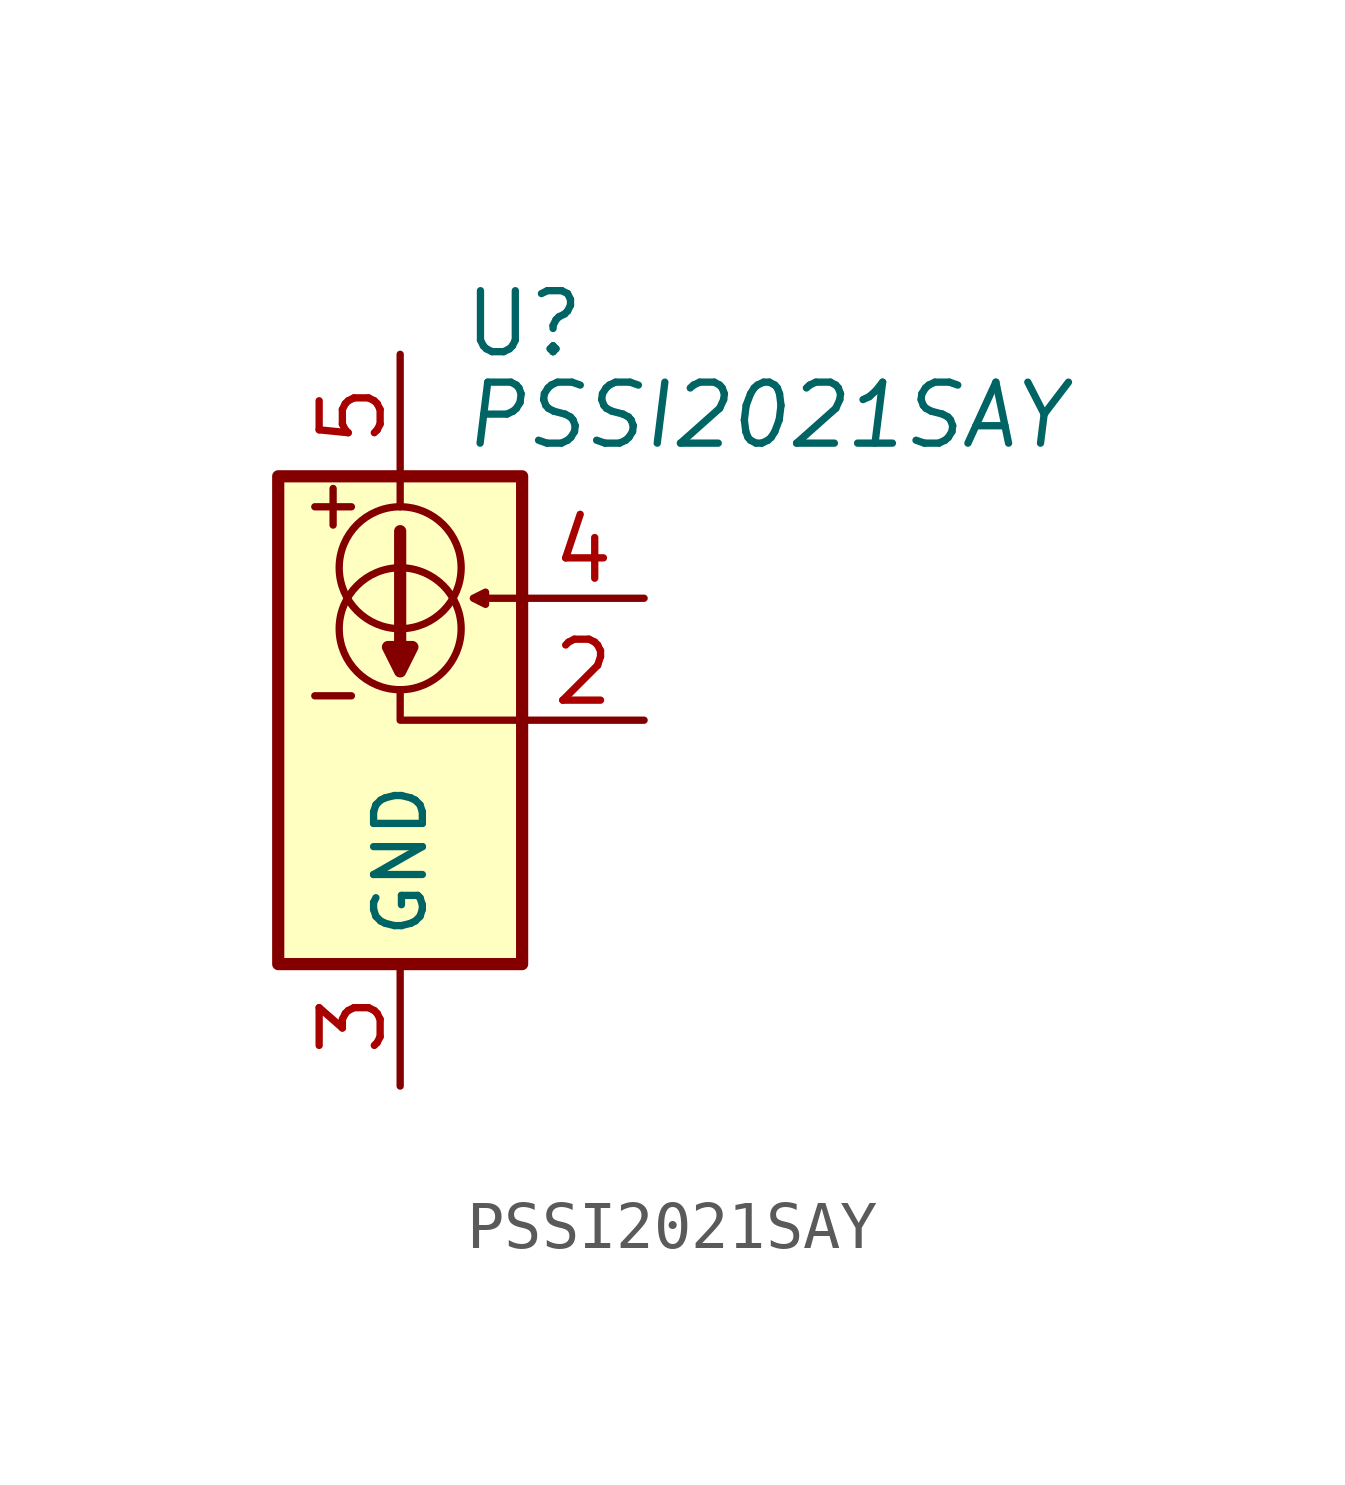
<source format=kicad_sym>
(kicad_symbol_lib
  (version 20201005)
  (generator kicad_symbol_editor)
  (symbol "PSSI2021SAY"
    (property "Reference" "U"
      (at 1.27 8.255 0)
      (effects (font (size 1.27 1.27)) (justify left)))
    (property "Value" "PSSI2021SAY"
      (at 1.27 6.35 0)
      (effects (font (size 1.27 1.27) italic) (justify left)))
    (symbol "PSSI2021SAY_0_1"
      (pin power_out line (at 5.08 0 180) (length 2.54) (name "~" (effects (font (size 1.27 1.27)))) (number "2" (effects (font (size 1.27 1.27))))))
    (symbol "PSSI2021SAY_1_1"
      (circle (center 0 1.905) (radius 1.27) (stroke (width 0)) (fill (type none)))
      (circle (center 0 3.175) (radius 1.27) (stroke (width 0)) (fill (type none)))
      (rectangle (start -2.54 5.08) (end 2.54 -5.08) (stroke (width 0.254)) (fill (type background)))
      (polyline (pts (xy -1.778 0.508) (xy -1.016 0.508)) (stroke (width 0)) (fill (type none)))
      (polyline (pts (xy -1.778 4.445) (xy -1.016 4.445)) (stroke (width 0)) (fill (type none)))
      (polyline (pts (xy -1.397 4.826) (xy -1.397 4.064)) (stroke (width 0)) (fill (type none)))
      (polyline (pts (xy 0 3.937) (xy 0 1.143)) (stroke (width 0.254)) (fill (type none)))
      (polyline (pts (xy 0 5.08) (xy 0 4.445)) (stroke (width 0)) (fill (type none)))
      (polyline (pts (xy 2.54 0) (xy 0 0) (xy 0 0.635)) (stroke (width 0)) (fill (type none)))
      (polyline (pts (xy 0 1.016) (xy -0.254 1.524) (xy 0.254 1.524) (xy 0 1.016)) (stroke (width 0.254)) (fill (type none)))
      (polyline (pts (xy 2.54 2.54) (xy 1.778 2.54) (xy 1.778 2.667) (xy 1.524 2.54) (xy 1.778 2.413) (xy 1.778 2.54)) (stroke (width 0)) (fill (type none)))
      (pin no_connect line (at -2.54 -2.54 0) (length 2.54) hide (name "NC" (effects (font (size 1.27 1.27)))) (number "1" (effects (font (size 1.27 1.27)))))
      (pin power_in line (at 0 -7.62 90) (length 2.54) (name "GND" (effects (font (size 1.016 1.016)))) (number "3" (effects (font (size 1.27 1.27)))))
      (pin passive line (at 5.08 2.54 180) (length 2.54) (name "~" (effects (font (size 1.27 1.27)))) (number "4" (effects (font (size 1.27 1.27)))))
      (pin power_in line (at 0 7.62 270) (length 2.54) (name "~" (effects (font (size 1.27 1.27)))) (number "5" (effects (font (size 1.27 1.27))))))))
</source>
